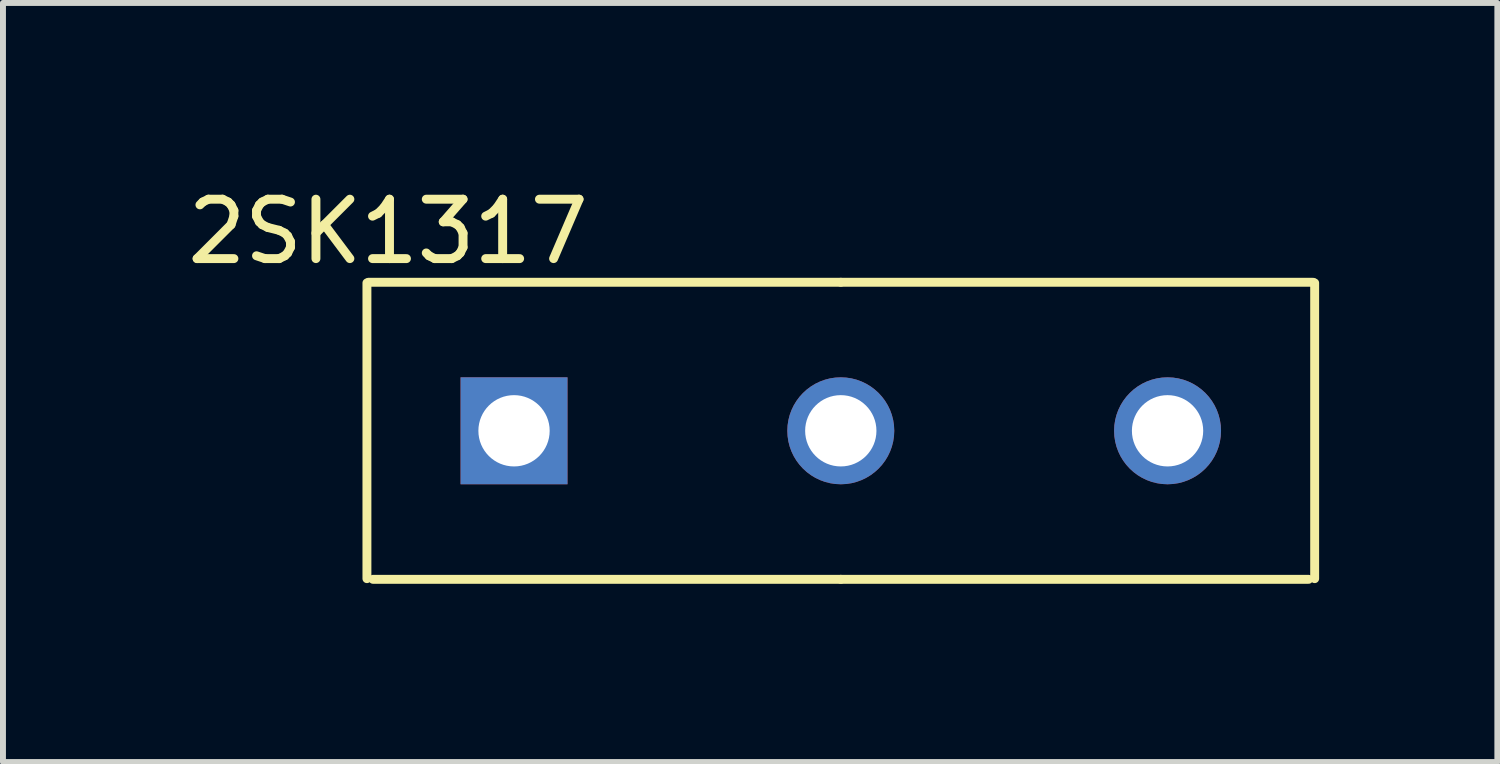
<source format=kicad_pcb>
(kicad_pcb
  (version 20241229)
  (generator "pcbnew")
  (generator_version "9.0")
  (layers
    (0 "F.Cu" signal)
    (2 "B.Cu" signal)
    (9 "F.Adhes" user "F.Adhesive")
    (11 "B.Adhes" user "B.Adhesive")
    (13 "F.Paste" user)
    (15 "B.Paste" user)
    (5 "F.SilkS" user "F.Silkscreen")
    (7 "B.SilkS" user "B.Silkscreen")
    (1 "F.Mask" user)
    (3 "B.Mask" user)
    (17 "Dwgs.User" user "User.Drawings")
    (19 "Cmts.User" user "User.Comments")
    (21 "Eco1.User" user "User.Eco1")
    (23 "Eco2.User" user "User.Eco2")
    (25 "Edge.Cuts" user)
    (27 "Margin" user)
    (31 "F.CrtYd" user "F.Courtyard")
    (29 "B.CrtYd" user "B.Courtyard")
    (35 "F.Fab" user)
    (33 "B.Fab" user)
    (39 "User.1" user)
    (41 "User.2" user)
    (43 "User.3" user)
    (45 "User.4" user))
  (footprint "2SK1317"
    (layer "F.Cu")
    (at 11.102 4.201)
    (property "Reference" "2SK1317" (at -7.62 -3.353 0) (layer "F.SilkS") (effects (font (size 1 1) (thickness 0.15))))
    (attr through_hole)
    (fp_line (start -7.976 -2.489) (end -7.976 2.489) (stroke (width 0.15) (type solid)) (layer "F.SilkS"))
    (fp_line (start -7.95 -2.5) (end 0 -2.5) (stroke (width 0.15) (type solid)) (layer "F.SilkS"))
    (fp_line (start -7.874 2.5) (end 0 2.5) (stroke (width 0.15) (type solid)) (layer "F.SilkS"))
    (fp_line (start 0 -2.5) (end 7.95 -2.5) (stroke (width 0.15) (type solid)) (layer "F.SilkS"))
    (fp_line (start 0 2.5) (end 7.874 2.5) (stroke (width 0.15) (type solid)) (layer "F.SilkS"))
    (fp_line (start 7.976 -2.489) (end 7.976 2.489) (stroke (width 0.15) (type solid)) (layer "F.SilkS"))
    (pad "1" thru_hole rect (at -5.5 0) (size 1.8 1.8) (drill 1.2) (layers "*.Cu" "*.Mask"))
    (pad "2" thru_hole circle (at 0 0) (size 1.8 1.8) (drill 1.2) (layers "*.Cu" "*.Mask"))
    (pad "3" thru_hole circle (at 5.5 0) (size 1.8 1.8) (drill 1.2) (layers "*.Cu" "*.Mask")))
  (gr_rect
    (start -3 -3)
    (end 22.153 9.776)
    (stroke (width 0.1) (type default))
    (fill no)
    (layer "Edge.Cuts")))
</source>
